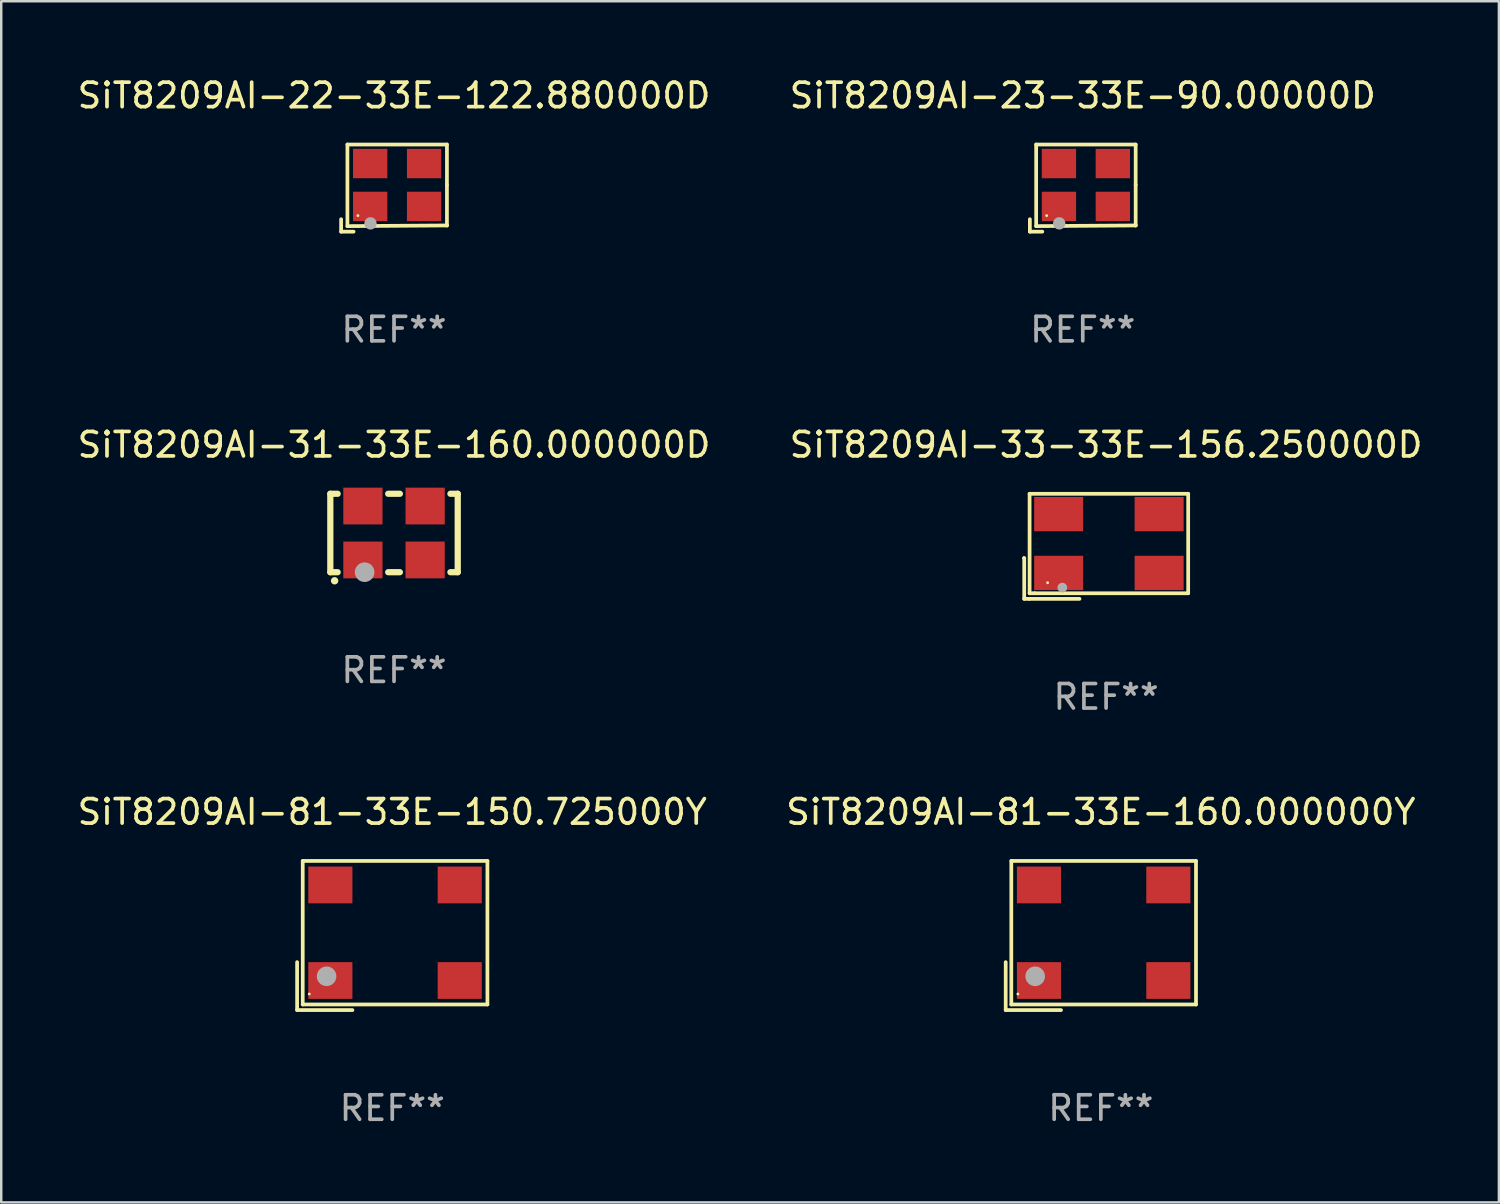
<source format=kicad_pcb>
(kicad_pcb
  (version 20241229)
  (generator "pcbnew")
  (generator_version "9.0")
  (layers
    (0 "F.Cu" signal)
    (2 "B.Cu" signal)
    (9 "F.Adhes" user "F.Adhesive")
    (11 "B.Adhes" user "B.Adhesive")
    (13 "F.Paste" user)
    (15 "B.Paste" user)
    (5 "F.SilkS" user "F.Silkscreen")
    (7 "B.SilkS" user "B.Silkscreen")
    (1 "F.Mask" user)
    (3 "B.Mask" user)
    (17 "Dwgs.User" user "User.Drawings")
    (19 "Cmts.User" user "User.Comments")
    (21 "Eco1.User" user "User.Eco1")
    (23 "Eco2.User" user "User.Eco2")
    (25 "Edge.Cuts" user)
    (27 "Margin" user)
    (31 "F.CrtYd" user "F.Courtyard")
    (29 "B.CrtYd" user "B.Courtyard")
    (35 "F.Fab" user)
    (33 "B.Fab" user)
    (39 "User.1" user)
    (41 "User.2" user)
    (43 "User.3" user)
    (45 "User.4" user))
  (footprint "SiT8209AI-81-33E-150.725000Y"
    (layer "F.Cu")
    (at 12.958 35.128)
    (property "Reference" "SiT8209AI-81-33E-150.725000Y" (at 0 -5.043 0) (layer "F.SilkS") (effects (font (size 1 1) (thickness 0.15))))
    (attr through_hole)
    (fp_line (start -3.883 1.086) (end -3.883 3.043) (stroke (width 0.152) (type solid)) (layer "F.SilkS"))
    (fp_line (start -3.883 3.043) (end -1.626 3.043) (stroke (width 0.152) (type solid)) (layer "F.SilkS"))
    (fp_line (start -3.654 -3.043) (end 3.883 -3.043) (stroke (width 0.152) (type solid)) (layer "F.SilkS"))
    (fp_line (start -3.654 2.814) (end -3.654 -3.043) (stroke (width 0.152) (type solid)) (layer "F.SilkS"))
    (fp_line (start 3.883 -3.043) (end 3.883 2.814) (stroke (width 0.152) (type solid)) (layer "F.SilkS"))
    (fp_line (start 3.883 2.814) (end -3.654 2.814) (stroke (width 0.152) (type solid)) (layer "F.SilkS"))
    (fp_circle (center -3.386 2.386) (end -3.356 2.386) (stroke (width 0.06) (type solid)) (fill no) (layer "F.SilkS"))
    (fp_circle (center -2.68 1.664) (end -2.48 1.664) (stroke (width 0.4) (type solid)) (fill no) (layer "F.Fab"))
    (fp_text user "REF**" (at 0 7.043 0) (layer "F.Fab") (effects (font (size 1 1) (thickness 0.15))))
    (pad "1" smd rect (at -2.526 1.836) (size 1.8 1.5) (layers "F.Cu" "F.Mask" "F.Paste"))
    (pad "2" smd rect (at 2.754 1.836) (size 1.8 1.5) (layers "F.Cu" "F.Mask" "F.Paste"))
    (pad "3" smd rect (at 2.754 -2.064) (size 1.8 1.5) (layers "F.Cu" "F.Mask" "F.Paste"))
    (pad "4" smd rect (at -2.526 -2.064) (size 1.8 1.5) (layers "F.Cu" "F.Mask" "F.Paste")))
  (footprint "SiT8209AI-81-33E-160.000000Y"
    (layer "F.Cu")
    (at 41.875 35.128)
    (property "Reference" "SiT8209AI-81-33E-160.000000Y" (at 0 -5.043 0) (layer "F.SilkS") (effects (font (size 1 1) (thickness 0.15))))
    (attr through_hole)
    (fp_line (start -3.883 1.086) (end -3.883 3.043) (stroke (width 0.152) (type solid)) (layer "F.SilkS"))
    (fp_line (start -3.883 3.043) (end -1.626 3.043) (stroke (width 0.152) (type solid)) (layer "F.SilkS"))
    (fp_line (start -3.654 -3.043) (end 3.883 -3.043) (stroke (width 0.152) (type solid)) (layer "F.SilkS"))
    (fp_line (start -3.654 2.814) (end -3.654 -3.043) (stroke (width 0.152) (type solid)) (layer "F.SilkS"))
    (fp_line (start 3.883 -3.043) (end 3.883 2.814) (stroke (width 0.152) (type solid)) (layer "F.SilkS"))
    (fp_line (start 3.883 2.814) (end -3.654 2.814) (stroke (width 0.152) (type solid)) (layer "F.SilkS"))
    (fp_circle (center -3.386 2.386) (end -3.356 2.386) (stroke (width 0.06) (type solid)) (fill no) (layer "F.SilkS"))
    (fp_circle (center -2.68 1.664) (end -2.48 1.664) (stroke (width 0.4) (type solid)) (fill no) (layer "F.Fab"))
    (fp_text user "REF**" (at 0 7.043 0) (layer "F.Fab") (effects (font (size 1 1) (thickness 0.15))))
    (pad "1" smd rect (at -2.526 1.836) (size 1.8 1.5) (layers "F.Cu" "F.Mask" "F.Paste"))
    (pad "2" smd rect (at 2.754 1.836) (size 1.8 1.5) (layers "F.Cu" "F.Mask" "F.Paste"))
    (pad "3" smd rect (at 2.754 -2.064) (size 1.8 1.5) (layers "F.Cu" "F.Mask" "F.Paste"))
    (pad "4" smd rect (at -2.526 -2.064) (size 1.8 1.5) (layers "F.Cu" "F.Mask" "F.Paste")))
  (footprint "SiT8209AI-33-33E-156.250000D"
    (layer "F.Cu")
    (at 42.089 19.245)
    (property "Reference" "SiT8209AI-33-33E-156.250000D" (at 0 -4.144 0) (layer "F.SilkS") (effects (font (size 1 1) (thickness 0.15))))
    (attr through_hole)
    (fp_line (start -3.35 0.476) (end -3.341 0.485) (stroke (width 0.152) (type solid)) (layer "F.SilkS"))
    (fp_line (start -3.341 0.485) (end -3.341 2.144) (stroke (width 0.152) (type solid)) (layer "F.SilkS"))
    (fp_line (start -3.341 2.144) (end -3.143 2.144) (stroke (width 0.152) (type solid)) (layer "F.SilkS"))
    (fp_line (start -3.143 2.144) (end -1.085 2.144) (stroke (width 0.152) (type solid)) (layer "F.SilkS"))
    (fp_line (start -3.122 -2.144) (end 3.35 -2.144) (stroke (width 0.152) (type solid)) (layer "F.SilkS"))
    (fp_line (start -3.122 1.915) (end -3.122 -2.144) (stroke (width 0.152) (type solid)) (layer "F.SilkS"))
    (fp_line (start -2.914 1.915) (end -3.122 1.915) (stroke (width 0.152) (type solid)) (layer "F.SilkS"))
    (fp_line (start 3.35 -2.144) (end 3.35 1.915) (stroke (width 0.152) (type solid)) (layer "F.SilkS"))
    (fp_line (start 3.35 1.915) (end -2.914 1.915) (stroke (width 0.152) (type solid)) (layer "F.SilkS"))
    (fp_circle (center -2.386 1.486) (end -2.356 1.486) (stroke (width 0.06) (type solid)) (fill no) (layer "F.SilkS"))
    (fp_circle (center -1.786 1.686) (end -1.686 1.686) (stroke (width 0.2) (type solid)) (fill no) (layer "F.Fab"))
    (fp_text user "REF**" (at 0 6.144 0) (layer "F.Fab") (effects (font (size 1 1) (thickness 0.15))))
    (pad "1" smd rect (at -1.936 1.086) (size 2 1.4) (layers "F.Cu" "F.Mask" "F.Paste"))
    (pad "2" smd rect (at 2.164 1.086) (size 2 1.4) (layers "F.Cu" "F.Mask" "F.Paste"))
    (pad "3" smd rect (at 2.164 -1.314) (size 2 1.4) (layers "F.Cu" "F.Mask" "F.Paste"))
    (pad "4" smd rect (at -1.936 -1.314) (size 2 1.4) (layers "F.Cu" "F.Mask" "F.Paste")))
  (footprint "SiT8209AI-31-33E-160.000000D"
    (layer "F.Cu")
    (at 13.03 18.701)
    (property "Reference" "SiT8209AI-31-33E-160.000000D" (at 0 -3.6 0) (layer "F.SilkS") (effects (font (size 1 1) (thickness 0.15))))
    (attr through_hole)
    (fp_line (start -2.6 -1.6) (end -2.301 -1.6) (stroke (width 0.254) (type solid)) (layer "F.SilkS"))
    (fp_line (start -2.6 1.6) (end -2.6 -1.6) (stroke (width 0.254) (type solid)) (layer "F.SilkS"))
    (fp_line (start -2.301 1.6) (end -2.6 1.6) (stroke (width 0.254) (type solid)) (layer "F.SilkS"))
    (fp_line (start -0.239 -1.6) (end 0.239 -1.6) (stroke (width 0.254) (type solid)) (layer "F.SilkS"))
    (fp_line (start 0.239 1.6) (end -0.239 1.6) (stroke (width 0.254) (type solid)) (layer "F.SilkS"))
    (fp_line (start 2.301 -1.6) (end 2.6 -1.6) (stroke (width 0.254) (type solid)) (layer "F.SilkS"))
    (fp_line (start 2.6 -1.6) (end 2.6 1.6) (stroke (width 0.254) (type solid)) (layer "F.SilkS"))
    (fp_line (start 2.6 1.6) (end 2.301 1.6) (stroke (width 0.254) (type solid)) (layer "F.SilkS"))
    (fp_arc (start -2.426213 1.949987) (mid -2.424943 1.949982) (end -2.423673 1.949987) (stroke (width 0.3) (type solid)) (layer "F.SilkS"))
    (fp_circle (center -2.5 1.6) (end -2.47 1.6) (stroke (width 0.06) (type solid)) (fill no) (layer "F.SilkS"))
    (fp_circle (center -1.2 1.6) (end -1 1.6) (stroke (width 0.4) (type solid)) (fill no) (layer "F.Fab"))
    (fp_text user "REF**" (at 0 5.6 0) (layer "F.Fab") (effects (font (size 1 1) (thickness 0.15))))
    (pad "1" smd rect (at -1.27 1.1) (size 1.6 1.5) (layers "F.Cu" "F.Mask" "F.Paste"))
    (pad "2" smd rect (at 1.27 1.1) (size 1.6 1.5) (layers "F.Cu" "F.Mask" "F.Paste"))
    (pad "3" smd rect (at 1.27 -1.1) (size 1.6 1.5) (layers "F.Cu" "F.Mask" "F.Paste"))
    (pad "4" smd rect (at -1.27 -1.1) (size 1.6 1.5) (layers "F.Cu" "F.Mask" "F.Paste")))
  (footprint "SiT8209AI-22-33E-122.880000D"
    (layer "F.Cu")
    (at 13.03 4.626)
    (property "Reference" "SiT8209AI-22-33E-122.880000D" (at 0 -3.778 0) (layer "F.SilkS") (effects (font (size 1 1) (thickness 0.15))))
    (attr through_hole)
    (fp_line (start -2.159 1.27) (end -2.159 1.778) (stroke (width 0.152) (type solid)) (layer "F.SilkS"))
    (fp_line (start -2.159 1.778) (end -1.651 1.778) (stroke (width 0.152) (type solid)) (layer "F.SilkS"))
    (fp_line (start -1.902 -1.778) (end 2.159 -1.778) (stroke (width 0.152) (type solid)) (layer "F.SilkS"))
    (fp_line (start -1.902 1.552) (end -1.902 -1.778) (stroke (width 0.152) (type solid)) (layer "F.SilkS"))
    (fp_line (start 2.159 -1.778) (end 2.159 -0.127) (stroke (width 0.152) (type solid)) (layer "F.SilkS"))
    (fp_line (start 2.159 -0.127) (end 2.159 1.524) (stroke (width 0.152) (type solid)) (layer "F.SilkS"))
    (fp_line (start 2.159 1.524) (end -1.902 1.552) (stroke (width 0.152) (type solid)) (layer "F.SilkS"))
    (fp_line (start 2.159 1.524) (end 2.159 1.524) (stroke (width 0.152) (type solid)) (layer "F.SilkS"))
    (fp_circle (center -1.473 1.123) (end -1.443 1.123) (stroke (width 0.06) (type solid)) (fill no) (layer "F.SilkS"))
    (fp_circle (center -0.961 1.44) (end -0.834 1.44) (stroke (width 0.254) (type solid)) (fill no) (layer "F.Fab"))
    (fp_text user "REF**" (at 0 5.778 0) (layer "F.Fab") (effects (font (size 1 1) (thickness 0.15))))
    (pad "1" smd rect (at -0.973 0.748) (size 1.4 1.2) (layers "F.Cu" "F.Mask" "F.Paste"))
    (pad "2" smd rect (at 1.227 0.748) (size 1.4 1.2) (layers "F.Cu" "F.Mask" "F.Paste"))
    (pad "3" smd rect (at 1.227 -1.002) (size 1.4 1.2) (layers "F.Cu" "F.Mask" "F.Paste"))
    (pad "4" smd rect (at -0.973 -1.002) (size 1.4 1.2) (layers "F.Cu" "F.Mask" "F.Paste")))
  (footprint "SiT8209AI-23-33E-90.00000D"
    (layer "F.Cu")
    (at 41.137 4.626)
    (property "Reference" "SiT8209AI-23-33E-90.00000D" (at 0 -3.778 0) (layer "F.SilkS") (effects (font (size 1 1) (thickness 0.15))))
    (attr through_hole)
    (fp_line (start -2.159 1.27) (end -2.159 1.778) (stroke (width 0.152) (type solid)) (layer "F.SilkS"))
    (fp_line (start -2.159 1.778) (end -1.651 1.778) (stroke (width 0.152) (type solid)) (layer "F.SilkS"))
    (fp_line (start -1.902 -1.778) (end 2.159 -1.778) (stroke (width 0.152) (type solid)) (layer "F.SilkS"))
    (fp_line (start -1.902 1.552) (end -1.902 -1.778) (stroke (width 0.152) (type solid)) (layer "F.SilkS"))
    (fp_line (start 2.159 -1.778) (end 2.159 -0.127) (stroke (width 0.152) (type solid)) (layer "F.SilkS"))
    (fp_line (start 2.159 -0.127) (end 2.159 1.524) (stroke (width 0.152) (type solid)) (layer "F.SilkS"))
    (fp_line (start 2.159 1.524) (end -1.902 1.552) (stroke (width 0.152) (type solid)) (layer "F.SilkS"))
    (fp_line (start 2.159 1.524) (end 2.159 1.524) (stroke (width 0.152) (type solid)) (layer "F.SilkS"))
    (fp_circle (center -1.473 1.123) (end -1.443 1.123) (stroke (width 0.06) (type solid)) (fill no) (layer "F.SilkS"))
    (fp_circle (center -0.961 1.44) (end -0.834 1.44) (stroke (width 0.254) (type solid)) (fill no) (layer "F.Fab"))
    (fp_text user "REF**" (at 0 5.778 0) (layer "F.Fab") (effects (font (size 1 1) (thickness 0.15))))
    (pad "1" smd rect (at -0.973 0.748) (size 1.4 1.2) (layers "F.Cu" "F.Mask" "F.Paste"))
    (pad "2" smd rect (at 1.227 0.748) (size 1.4 1.2) (layers "F.Cu" "F.Mask" "F.Paste"))
    (pad "3" smd rect (at 1.227 -1.002) (size 1.4 1.2) (layers "F.Cu" "F.Mask" "F.Paste"))
    (pad "4" smd rect (at -0.973 -1.002) (size 1.4 1.2) (layers "F.Cu" "F.Mask" "F.Paste")))
  (gr_rect
    (start -3 -3)
    (end 58.119 46.019)
    (stroke (width 0.1) (type default))
    (fill no)
    (layer "Edge.Cuts")))
</source>
